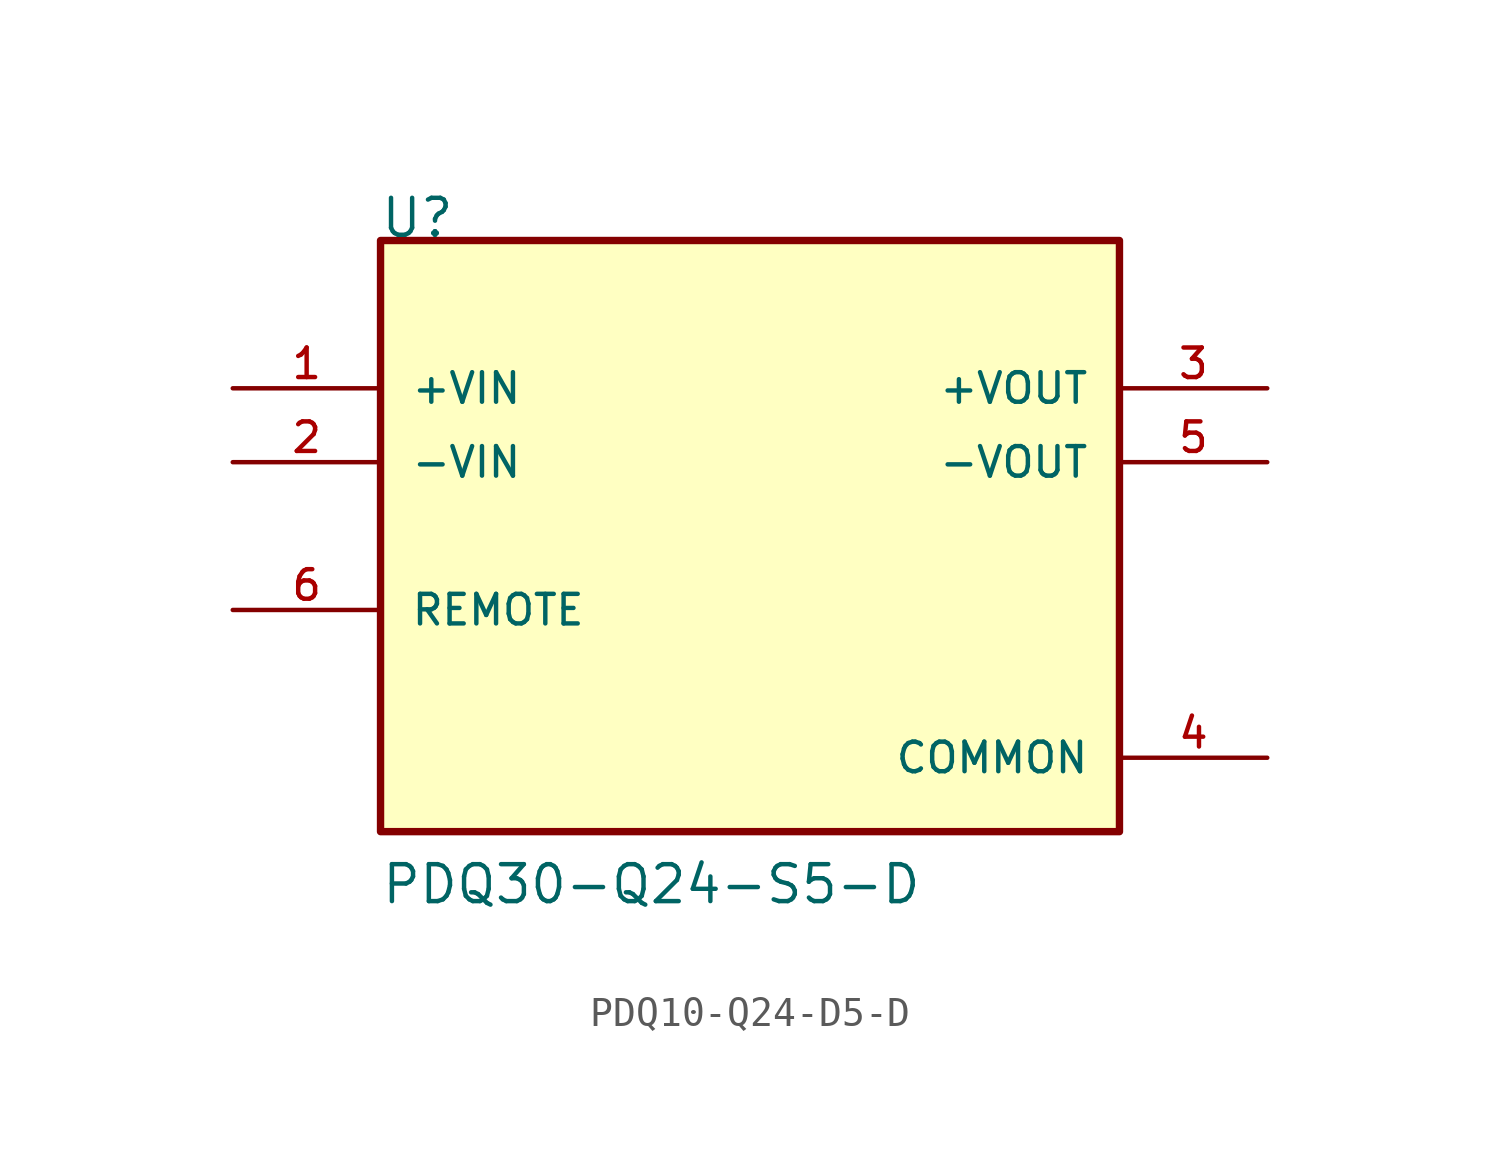
<source format=kicad_sym>
(kicad_symbol_lib
  (version 20231120)
  (generator "kicad_symbol_editor")
  (generator_version "8.0")
  (symbol "PDQ10-Q24-D5-D"
    (pin_names
      (offset 1.016))
    (property "Reference" "U"
      (at -12.742 10.194 0)
      (effects (font (size 1.27 1.27)) (justify left bottom)))
    (property "Value" "PDQ30-Q24-S5-D"
      (at -12.711 -12.711 0)
      (effects (font (size 1.27 1.27)) (justify left bottom)))
    (symbol "PDQ10-Q24-D5-D_0_0"
      (rectangle (start -12.7 -10.16) (end 12.7 10.16) (stroke (width 0.254) (type default)) (fill (type background)))
      (pin input line (at -17.78 5.08 0) (length 5.08) (name "+VIN" (effects (font (size 1.016 1.016)))) (number "1" (effects (font (size 1.016 1.016)))))
      (pin input line (at -17.78 2.54 0) (length 5.08) (name "-VIN" (effects (font (size 1.016 1.016)))) (number "2" (effects (font (size 1.016 1.016)))))
      (pin output line (at 17.78 5.08 180) (length 5.08) (name "+VOUT" (effects (font (size 1.016 1.016)))) (number "3" (effects (font (size 1.016 1.016)))))
      (pin power_in line (at 17.78 -7.62 180) (length 5.08) (name "COMMON" (effects (font (size 1.016 1.016)))) (number "4" (effects (font (size 1.016 1.016)))))
      (pin output line (at 17.78 2.54 180) (length 5.08) (name "-VOUT" (effects (font (size 1.016 1.016)))) (number "5" (effects (font (size 1.016 1.016)))))
      (pin input line (at -17.78 -2.54 0) (length 5.08) (name "REMOTE" (effects (font (size 1.016 1.016)))) (number "6" (effects (font (size 1.016 1.016))))))))
</source>
